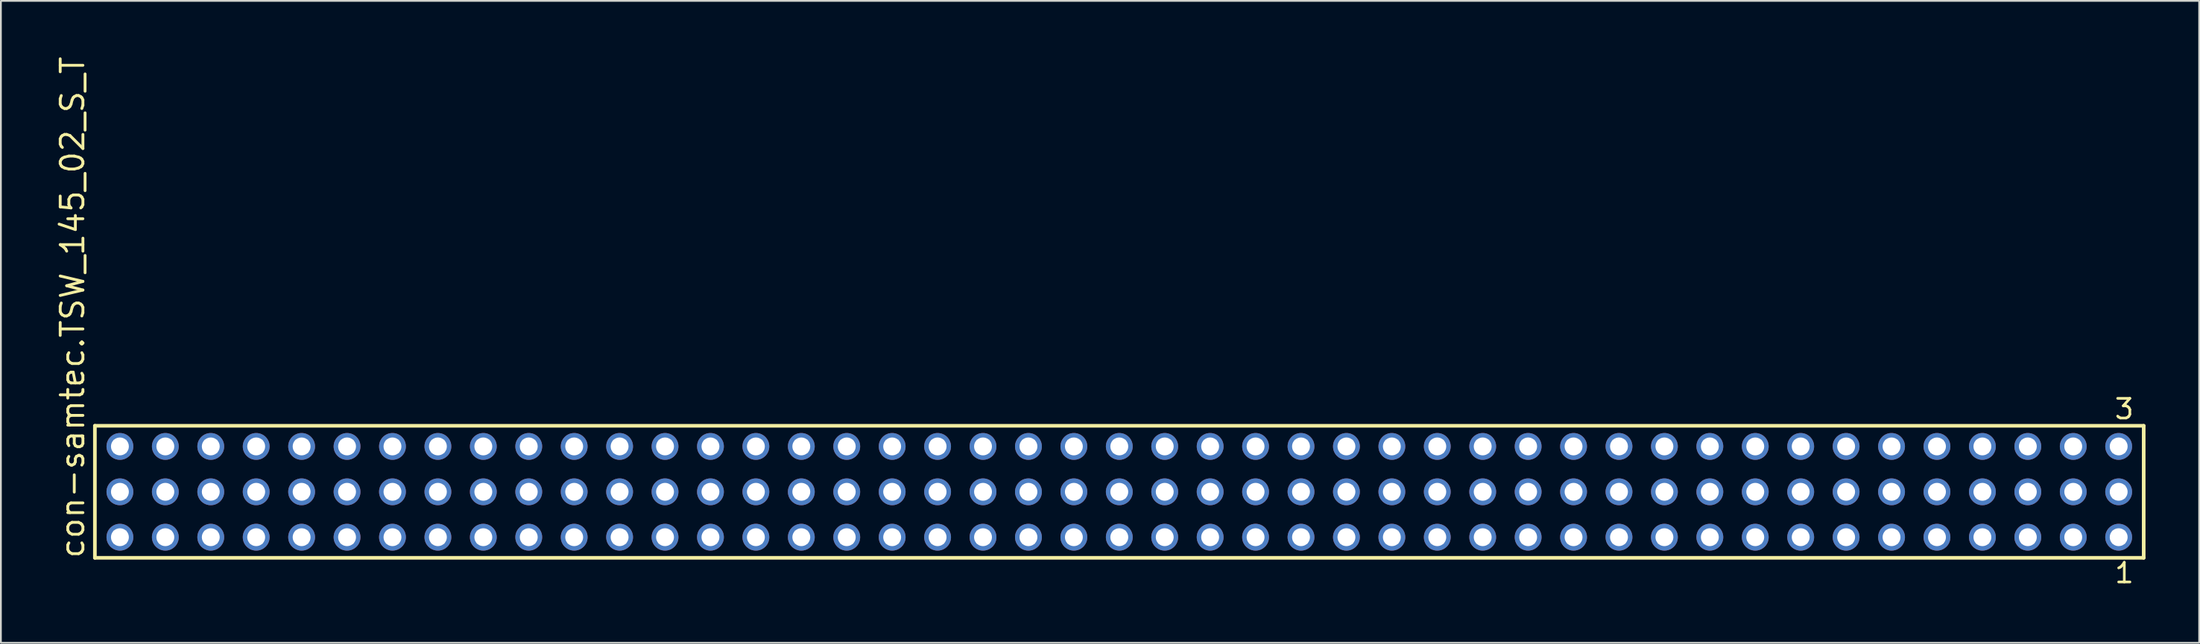
<source format=kicad_pcb>
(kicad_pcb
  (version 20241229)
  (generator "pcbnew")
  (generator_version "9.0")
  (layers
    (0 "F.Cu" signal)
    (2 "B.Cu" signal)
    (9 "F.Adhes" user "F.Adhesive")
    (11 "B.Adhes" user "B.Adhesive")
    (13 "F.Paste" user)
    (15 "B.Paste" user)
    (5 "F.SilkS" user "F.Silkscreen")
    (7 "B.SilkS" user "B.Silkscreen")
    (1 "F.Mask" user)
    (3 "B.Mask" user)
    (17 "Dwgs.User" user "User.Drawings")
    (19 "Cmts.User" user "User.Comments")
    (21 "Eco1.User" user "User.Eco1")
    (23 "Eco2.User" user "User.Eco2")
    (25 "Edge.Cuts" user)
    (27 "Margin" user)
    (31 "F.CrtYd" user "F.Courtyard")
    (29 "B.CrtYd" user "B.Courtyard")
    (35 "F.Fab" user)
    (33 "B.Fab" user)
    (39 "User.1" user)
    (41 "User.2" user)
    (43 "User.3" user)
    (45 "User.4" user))
  (footprint "con-samtec.TSW_145_02_S_T"
    (layer "F.Cu")
    (at 59.535 24.477)
    (property "Reference" "con-samtec.TSW_145_02_S_T" (at -57.785 3.81 90) (layer "F.SilkS") (effects (font (size 1.27 1.27) (thickness 0.16)) (justify left bottom)))
    (attr through_hole)
    (fp_line (start -57.279 -3.695) (end 57.279 -3.695) (stroke (width 0.203) (type default)) (layer "F.SilkS"))
    (fp_line (start -57.279 3.695) (end -57.279 -3.695) (stroke (width 0.203) (type default)) (layer "F.SilkS"))
    (fp_line (start 57.279 -3.695) (end 57.279 3.695) (stroke (width 0.203) (type default)) (layer "F.SilkS"))
    (fp_line (start 57.279 3.695) (end -57.279 3.695) (stroke (width 0.203) (type default)) (layer "F.SilkS"))
    (fp_rect (start -56.23 -2.19) (end -55.53 -2.89) (stroke (width 0.05) (type default)) (fill no) (layer "F.Fab"))
    (fp_rect (start -56.23 0.35) (end -55.53 -0.35) (stroke (width 0.05) (type default)) (fill no) (layer "F.Fab"))
    (fp_rect (start -56.23 2.89) (end -55.53 2.19) (stroke (width 0.05) (type default)) (fill no) (layer "F.Fab"))
    (fp_rect (start -53.69 -2.19) (end -52.99 -2.89) (stroke (width 0.05) (type default)) (fill no) (layer "F.Fab"))
    (fp_rect (start -53.69 0.35) (end -52.99 -0.35) (stroke (width 0.05) (type default)) (fill no) (layer "F.Fab"))
    (fp_rect (start -53.69 2.89) (end -52.99 2.19) (stroke (width 0.05) (type default)) (fill no) (layer "F.Fab"))
    (fp_rect (start -51.15 -2.19) (end -50.45 -2.89) (stroke (width 0.05) (type default)) (fill no) (layer "F.Fab"))
    (fp_rect (start -51.15 0.35) (end -50.45 -0.35) (stroke (width 0.05) (type default)) (fill no) (layer "F.Fab"))
    (fp_rect (start -51.15 2.89) (end -50.45 2.19) (stroke (width 0.05) (type default)) (fill no) (layer "F.Fab"))
    (fp_rect (start -48.61 -2.19) (end -47.91 -2.89) (stroke (width 0.05) (type default)) (fill no) (layer "F.Fab"))
    (fp_rect (start -48.61 0.35) (end -47.91 -0.35) (stroke (width 0.05) (type default)) (fill no) (layer "F.Fab"))
    (fp_rect (start -48.61 2.89) (end -47.91 2.19) (stroke (width 0.05) (type default)) (fill no) (layer "F.Fab"))
    (fp_rect (start -46.07 -2.19) (end -45.37 -2.89) (stroke (width 0.05) (type default)) (fill no) (layer "F.Fab"))
    (fp_rect (start -46.07 0.35) (end -45.37 -0.35) (stroke (width 0.05) (type default)) (fill no) (layer "F.Fab"))
    (fp_rect (start -46.07 2.89) (end -45.37 2.19) (stroke (width 0.05) (type default)) (fill no) (layer "F.Fab"))
    (fp_rect (start -43.53 -2.19) (end -42.83 -2.89) (stroke (width 0.05) (type default)) (fill no) (layer "F.Fab"))
    (fp_rect (start -43.53 0.35) (end -42.83 -0.35) (stroke (width 0.05) (type default)) (fill no) (layer "F.Fab"))
    (fp_rect (start -43.53 2.89) (end -42.83 2.19) (stroke (width 0.05) (type default)) (fill no) (layer "F.Fab"))
    (fp_rect (start -40.99 -2.19) (end -40.29 -2.89) (stroke (width 0.05) (type default)) (fill no) (layer "F.Fab"))
    (fp_rect (start -40.99 0.35) (end -40.29 -0.35) (stroke (width 0.05) (type default)) (fill no) (layer "F.Fab"))
    (fp_rect (start -40.99 2.89) (end -40.29 2.19) (stroke (width 0.05) (type default)) (fill no) (layer "F.Fab"))
    (fp_rect (start -38.45 -2.19) (end -37.75 -2.89) (stroke (width 0.05) (type default)) (fill no) (layer "F.Fab"))
    (fp_rect (start -38.45 0.35) (end -37.75 -0.35) (stroke (width 0.05) (type default)) (fill no) (layer "F.Fab"))
    (fp_rect (start -38.45 2.89) (end -37.75 2.19) (stroke (width 0.05) (type default)) (fill no) (layer "F.Fab"))
    (fp_rect (start -35.91 -2.19) (end -35.21 -2.89) (stroke (width 0.05) (type default)) (fill no) (layer "F.Fab"))
    (fp_rect (start -35.91 0.35) (end -35.21 -0.35) (stroke (width 0.05) (type default)) (fill no) (layer "F.Fab"))
    (fp_rect (start -35.91 2.89) (end -35.21 2.19) (stroke (width 0.05) (type default)) (fill no) (layer "F.Fab"))
    (fp_rect (start -33.37 -2.19) (end -32.67 -2.89) (stroke (width 0.05) (type default)) (fill no) (layer "F.Fab"))
    (fp_rect (start -33.37 0.35) (end -32.67 -0.35) (stroke (width 0.05) (type default)) (fill no) (layer "F.Fab"))
    (fp_rect (start -33.37 2.89) (end -32.67 2.19) (stroke (width 0.05) (type default)) (fill no) (layer "F.Fab"))
    (fp_rect (start -30.83 -2.19) (end -30.13 -2.89) (stroke (width 0.05) (type default)) (fill no) (layer "F.Fab"))
    (fp_rect (start -30.83 0.35) (end -30.13 -0.35) (stroke (width 0.05) (type default)) (fill no) (layer "F.Fab"))
    (fp_rect (start -30.83 2.89) (end -30.13 2.19) (stroke (width 0.05) (type default)) (fill no) (layer "F.Fab"))
    (fp_rect (start -28.29 -2.19) (end -27.59 -2.89) (stroke (width 0.05) (type default)) (fill no) (layer "F.Fab"))
    (fp_rect (start -28.29 0.35) (end -27.59 -0.35) (stroke (width 0.05) (type default)) (fill no) (layer "F.Fab"))
    (fp_rect (start -28.29 2.89) (end -27.59 2.19) (stroke (width 0.05) (type default)) (fill no) (layer "F.Fab"))
    (fp_rect (start -25.75 -2.19) (end -25.05 -2.89) (stroke (width 0.05) (type default)) (fill no) (layer "F.Fab"))
    (fp_rect (start -25.75 0.35) (end -25.05 -0.35) (stroke (width 0.05) (type default)) (fill no) (layer "F.Fab"))
    (fp_rect (start -25.75 2.89) (end -25.05 2.19) (stroke (width 0.05) (type default)) (fill no) (layer "F.Fab"))
    (fp_rect (start -23.21 -2.19) (end -22.51 -2.89) (stroke (width 0.05) (type default)) (fill no) (layer "F.Fab"))
    (fp_rect (start -23.21 0.35) (end -22.51 -0.35) (stroke (width 0.05) (type default)) (fill no) (layer "F.Fab"))
    (fp_rect (start -23.21 2.89) (end -22.51 2.19) (stroke (width 0.05) (type default)) (fill no) (layer "F.Fab"))
    (fp_rect (start -20.67 -2.19) (end -19.97 -2.89) (stroke (width 0.05) (type default)) (fill no) (layer "F.Fab"))
    (fp_rect (start -20.67 0.35) (end -19.97 -0.35) (stroke (width 0.05) (type default)) (fill no) (layer "F.Fab"))
    (fp_rect (start -20.67 2.89) (end -19.97 2.19) (stroke (width 0.05) (type default)) (fill no) (layer "F.Fab"))
    (fp_rect (start -18.13 -2.19) (end -17.43 -2.89) (stroke (width 0.05) (type default)) (fill no) (layer "F.Fab"))
    (fp_rect (start -18.13 0.35) (end -17.43 -0.35) (stroke (width 0.05) (type default)) (fill no) (layer "F.Fab"))
    (fp_rect (start -18.13 2.89) (end -17.43 2.19) (stroke (width 0.05) (type default)) (fill no) (layer "F.Fab"))
    (fp_rect (start -15.59 -2.19) (end -14.89 -2.89) (stroke (width 0.05) (type default)) (fill no) (layer "F.Fab"))
    (fp_rect (start -15.59 0.35) (end -14.89 -0.35) (stroke (width 0.05) (type default)) (fill no) (layer "F.Fab"))
    (fp_rect (start -15.59 2.89) (end -14.89 2.19) (stroke (width 0.05) (type default)) (fill no) (layer "F.Fab"))
    (fp_rect (start -13.05 -2.19) (end -12.35 -2.89) (stroke (width 0.05) (type default)) (fill no) (layer "F.Fab"))
    (fp_rect (start -13.05 0.35) (end -12.35 -0.35) (stroke (width 0.05) (type default)) (fill no) (layer "F.Fab"))
    (fp_rect (start -13.05 2.89) (end -12.35 2.19) (stroke (width 0.05) (type default)) (fill no) (layer "F.Fab"))
    (fp_rect (start -10.51 -2.19) (end -9.81 -2.89) (stroke (width 0.05) (type default)) (fill no) (layer "F.Fab"))
    (fp_rect (start -10.51 0.35) (end -9.81 -0.35) (stroke (width 0.05) (type default)) (fill no) (layer "F.Fab"))
    (fp_rect (start -10.51 2.89) (end -9.81 2.19) (stroke (width 0.05) (type default)) (fill no) (layer "F.Fab"))
    (fp_rect (start -7.97 -2.19) (end -7.27 -2.89) (stroke (width 0.05) (type default)) (fill no) (layer "F.Fab"))
    (fp_rect (start -7.97 0.35) (end -7.27 -0.35) (stroke (width 0.05) (type default)) (fill no) (layer "F.Fab"))
    (fp_rect (start -7.97 2.89) (end -7.27 2.19) (stroke (width 0.05) (type default)) (fill no) (layer "F.Fab"))
    (fp_rect (start -5.43 -2.19) (end -4.73 -2.89) (stroke (width 0.05) (type default)) (fill no) (layer "F.Fab"))
    (fp_rect (start -5.43 0.35) (end -4.73 -0.35) (stroke (width 0.05) (type default)) (fill no) (layer "F.Fab"))
    (fp_rect (start -5.43 2.89) (end -4.73 2.19) (stroke (width 0.05) (type default)) (fill no) (layer "F.Fab"))
    (fp_rect (start -2.89 -2.19) (end -2.19 -2.89) (stroke (width 0.05) (type default)) (fill no) (layer "F.Fab"))
    (fp_rect (start -2.89 0.35) (end -2.19 -0.35) (stroke (width 0.05) (type default)) (fill no) (layer "F.Fab"))
    (fp_rect (start -2.89 2.89) (end -2.19 2.19) (stroke (width 0.05) (type default)) (fill no) (layer "F.Fab"))
    (fp_rect (start -0.35 -2.19) (end 0.35 -2.89) (stroke (width 0.05) (type default)) (fill no) (layer "F.Fab"))
    (fp_rect (start -0.35 0.35) (end 0.35 -0.35) (stroke (width 0.05) (type default)) (fill no) (layer "F.Fab"))
    (fp_rect (start -0.35 2.89) (end 0.35 2.19) (stroke (width 0.05) (type default)) (fill no) (layer "F.Fab"))
    (fp_rect (start 2.19 -2.19) (end 2.89 -2.89) (stroke (width 0.05) (type default)) (fill no) (layer "F.Fab"))
    (fp_rect (start 2.19 0.35) (end 2.89 -0.35) (stroke (width 0.05) (type default)) (fill no) (layer "F.Fab"))
    (fp_rect (start 2.19 2.89) (end 2.89 2.19) (stroke (width 0.05) (type default)) (fill no) (layer "F.Fab"))
    (fp_rect (start 4.73 -2.19) (end 5.43 -2.89) (stroke (width 0.05) (type default)) (fill no) (layer "F.Fab"))
    (fp_rect (start 4.73 0.35) (end 5.43 -0.35) (stroke (width 0.05) (type default)) (fill no) (layer "F.Fab"))
    (fp_rect (start 4.73 2.89) (end 5.43 2.19) (stroke (width 0.05) (type default)) (fill no) (layer "F.Fab"))
    (fp_rect (start 7.27 -2.19) (end 7.97 -2.89) (stroke (width 0.05) (type default)) (fill no) (layer "F.Fab"))
    (fp_rect (start 7.27 0.35) (end 7.97 -0.35) (stroke (width 0.05) (type default)) (fill no) (layer "F.Fab"))
    (fp_rect (start 7.27 2.89) (end 7.97 2.19) (stroke (width 0.05) (type default)) (fill no) (layer "F.Fab"))
    (fp_rect (start 9.81 -2.19) (end 10.51 -2.89) (stroke (width 0.05) (type default)) (fill no) (layer "F.Fab"))
    (fp_rect (start 9.81 0.35) (end 10.51 -0.35) (stroke (width 0.05) (type default)) (fill no) (layer "F.Fab"))
    (fp_rect (start 9.81 2.89) (end 10.51 2.19) (stroke (width 0.05) (type default)) (fill no) (layer "F.Fab"))
    (fp_rect (start 12.35 -2.19) (end 13.05 -2.89) (stroke (width 0.05) (type default)) (fill no) (layer "F.Fab"))
    (fp_rect (start 12.35 0.35) (end 13.05 -0.35) (stroke (width 0.05) (type default)) (fill no) (layer "F.Fab"))
    (fp_rect (start 12.35 2.89) (end 13.05 2.19) (stroke (width 0.05) (type default)) (fill no) (layer "F.Fab"))
    (fp_rect (start 14.89 -2.19) (end 15.59 -2.89) (stroke (width 0.05) (type default)) (fill no) (layer "F.Fab"))
    (fp_rect (start 14.89 0.35) (end 15.59 -0.35) (stroke (width 0.05) (type default)) (fill no) (layer "F.Fab"))
    (fp_rect (start 14.89 2.89) (end 15.59 2.19) (stroke (width 0.05) (type default)) (fill no) (layer "F.Fab"))
    (fp_rect (start 17.43 -2.19) (end 18.13 -2.89) (stroke (width 0.05) (type default)) (fill no) (layer "F.Fab"))
    (fp_rect (start 17.43 0.35) (end 18.13 -0.35) (stroke (width 0.05) (type default)) (fill no) (layer "F.Fab"))
    (fp_rect (start 17.43 2.89) (end 18.13 2.19) (stroke (width 0.05) (type default)) (fill no) (layer "F.Fab"))
    (fp_rect (start 19.97 -2.19) (end 20.67 -2.89) (stroke (width 0.05) (type default)) (fill no) (layer "F.Fab"))
    (fp_rect (start 19.97 0.35) (end 20.67 -0.35) (stroke (width 0.05) (type default)) (fill no) (layer "F.Fab"))
    (fp_rect (start 19.97 2.89) (end 20.67 2.19) (stroke (width 0.05) (type default)) (fill no) (layer "F.Fab"))
    (fp_rect (start 22.51 -2.19) (end 23.21 -2.89) (stroke (width 0.05) (type default)) (fill no) (layer "F.Fab"))
    (fp_rect (start 22.51 0.35) (end 23.21 -0.35) (stroke (width 0.05) (type default)) (fill no) (layer "F.Fab"))
    (fp_rect (start 22.51 2.89) (end 23.21 2.19) (stroke (width 0.05) (type default)) (fill no) (layer "F.Fab"))
    (fp_rect (start 25.05 -2.19) (end 25.75 -2.89) (stroke (width 0.05) (type default)) (fill no) (layer "F.Fab"))
    (fp_rect (start 25.05 0.35) (end 25.75 -0.35) (stroke (width 0.05) (type default)) (fill no) (layer "F.Fab"))
    (fp_rect (start 25.05 2.89) (end 25.75 2.19) (stroke (width 0.05) (type default)) (fill no) (layer "F.Fab"))
    (fp_rect (start 27.59 -2.19) (end 28.29 -2.89) (stroke (width 0.05) (type default)) (fill no) (layer "F.Fab"))
    (fp_rect (start 27.59 0.35) (end 28.29 -0.35) (stroke (width 0.05) (type default)) (fill no) (layer "F.Fab"))
    (fp_rect (start 27.59 2.89) (end 28.29 2.19) (stroke (width 0.05) (type default)) (fill no) (layer "F.Fab"))
    (fp_rect (start 30.13 -2.19) (end 30.83 -2.89) (stroke (width 0.05) (type default)) (fill no) (layer "F.Fab"))
    (fp_rect (start 30.13 0.35) (end 30.83 -0.35) (stroke (width 0.05) (type default)) (fill no) (layer "F.Fab"))
    (fp_rect (start 30.13 2.89) (end 30.83 2.19) (stroke (width 0.05) (type default)) (fill no) (layer "F.Fab"))
    (fp_rect (start 32.67 -2.19) (end 33.37 -2.89) (stroke (width 0.05) (type default)) (fill no) (layer "F.Fab"))
    (fp_rect (start 32.67 0.35) (end 33.37 -0.35) (stroke (width 0.05) (type default)) (fill no) (layer "F.Fab"))
    (fp_rect (start 32.67 2.89) (end 33.37 2.19) (stroke (width 0.05) (type default)) (fill no) (layer "F.Fab"))
    (fp_rect (start 35.21 -2.19) (end 35.91 -2.89) (stroke (width 0.05) (type default)) (fill no) (layer "F.Fab"))
    (fp_rect (start 35.21 0.35) (end 35.91 -0.35) (stroke (width 0.05) (type default)) (fill no) (layer "F.Fab"))
    (fp_rect (start 35.21 2.89) (end 35.91 2.19) (stroke (width 0.05) (type default)) (fill no) (layer "F.Fab"))
    (fp_rect (start 37.75 -2.19) (end 38.45 -2.89) (stroke (width 0.05) (type default)) (fill no) (layer "F.Fab"))
    (fp_rect (start 37.75 0.35) (end 38.45 -0.35) (stroke (width 0.05) (type default)) (fill no) (layer "F.Fab"))
    (fp_rect (start 37.75 2.89) (end 38.45 2.19) (stroke (width 0.05) (type default)) (fill no) (layer "F.Fab"))
    (fp_rect (start 40.29 -2.19) (end 40.99 -2.89) (stroke (width 0.05) (type default)) (fill no) (layer "F.Fab"))
    (fp_rect (start 40.29 0.35) (end 40.99 -0.35) (stroke (width 0.05) (type default)) (fill no) (layer "F.Fab"))
    (fp_rect (start 40.29 2.89) (end 40.99 2.19) (stroke (width 0.05) (type default)) (fill no) (layer "F.Fab"))
    (fp_rect (start 42.83 -2.19) (end 43.53 -2.89) (stroke (width 0.05) (type default)) (fill no) (layer "F.Fab"))
    (fp_rect (start 42.83 0.35) (end 43.53 -0.35) (stroke (width 0.05) (type default)) (fill no) (layer "F.Fab"))
    (fp_rect (start 42.83 2.89) (end 43.53 2.19) (stroke (width 0.05) (type default)) (fill no) (layer "F.Fab"))
    (fp_rect (start 45.37 -2.19) (end 46.07 -2.89) (stroke (width 0.05) (type default)) (fill no) (layer "F.Fab"))
    (fp_rect (start 45.37 0.35) (end 46.07 -0.35) (stroke (width 0.05) (type default)) (fill no) (layer "F.Fab"))
    (fp_rect (start 45.37 2.89) (end 46.07 2.19) (stroke (width 0.05) (type default)) (fill no) (layer "F.Fab"))
    (fp_rect (start 47.91 -2.19) (end 48.61 -2.89) (stroke (width 0.05) (type default)) (fill no) (layer "F.Fab"))
    (fp_rect (start 47.91 0.35) (end 48.61 -0.35) (stroke (width 0.05) (type default)) (fill no) (layer "F.Fab"))
    (fp_rect (start 47.91 2.89) (end 48.61 2.19) (stroke (width 0.05) (type default)) (fill no) (layer "F.Fab"))
    (fp_rect (start 50.45 -2.19) (end 51.15 -2.89) (stroke (width 0.05) (type default)) (fill no) (layer "F.Fab"))
    (fp_rect (start 50.45 0.35) (end 51.15 -0.35) (stroke (width 0.05) (type default)) (fill no) (layer "F.Fab"))
    (fp_rect (start 50.45 2.89) (end 51.15 2.19) (stroke (width 0.05) (type default)) (fill no) (layer "F.Fab"))
    (fp_rect (start 52.99 -2.19) (end 53.69 -2.89) (stroke (width 0.05) (type default)) (fill no) (layer "F.Fab"))
    (fp_rect (start 52.99 0.35) (end 53.69 -0.35) (stroke (width 0.05) (type default)) (fill no) (layer "F.Fab"))
    (fp_rect (start 52.99 2.89) (end 53.69 2.19) (stroke (width 0.05) (type default)) (fill no) (layer "F.Fab"))
    (fp_rect (start 55.53 -2.19) (end 56.23 -2.89) (stroke (width 0.05) (type default)) (fill no) (layer "F.Fab"))
    (fp_rect (start 55.53 0.35) (end 56.23 -0.35) (stroke (width 0.05) (type default)) (fill no) (layer "F.Fab"))
    (fp_rect (start 55.53 2.89) (end 56.23 2.19) (stroke (width 0.05) (type default)) (fill no) (layer "F.Fab"))
    (fp_text user "3" (at 55.568 -3.989 0) (layer "F.SilkS") (effects (font (size 1.1 1.1) (thickness 0.15)) (justify left bottom)))
    (fp_text user "1" (at 55.572 5.188 0) (layer "F.SilkS") (effects (font (size 1.1 1.1) (thickness 0.15)) (justify left bottom)))
    (pad "1" thru_hole circle (at 55.88 2.54 180) (size 1.5 1.5) (drill 1) (layers "*.Cu" "*.Mask"))
    (pad "2" thru_hole circle (at 55.88 0 180) (size 1.5 1.5) (drill 1) (layers "*.Cu" "*.Mask"))
    (pad "3" thru_hole circle (at 55.88 -2.54 180) (size 1.5 1.5) (drill 1) (layers "*.Cu" "*.Mask"))
    (pad "4" thru_hole circle (at 53.34 2.54 180) (size 1.5 1.5) (drill 1) (layers "*.Cu" "*.Mask"))
    (pad "5" thru_hole circle (at 53.34 0 180) (size 1.5 1.5) (drill 1) (layers "*.Cu" "*.Mask"))
    (pad "6" thru_hole circle (at 53.34 -2.54 180) (size 1.5 1.5) (drill 1) (layers "*.Cu" "*.Mask"))
    (pad "7" thru_hole circle (at 50.8 2.54 180) (size 1.5 1.5) (drill 1) (layers "*.Cu" "*.Mask"))
    (pad "8" thru_hole circle (at 50.8 0 180) (size 1.5 1.5) (drill 1) (layers "*.Cu" "*.Mask"))
    (pad "9" thru_hole circle (at 50.8 -2.54 180) (size 1.5 1.5) (drill 1) (layers "*.Cu" "*.Mask"))
    (pad "10" thru_hole circle (at 48.26 2.54 180) (size 1.5 1.5) (drill 1) (layers "*.Cu" "*.Mask"))
    (pad "11" thru_hole circle (at 48.26 0 180) (size 1.5 1.5) (drill 1) (layers "*.Cu" "*.Mask"))
    (pad "12" thru_hole circle (at 48.26 -2.54 180) (size 1.5 1.5) (drill 1) (layers "*.Cu" "*.Mask"))
    (pad "13" thru_hole circle (at 45.72 2.54 180) (size 1.5 1.5) (drill 1) (layers "*.Cu" "*.Mask"))
    (pad "14" thru_hole circle (at 45.72 0 180) (size 1.5 1.5) (drill 1) (layers "*.Cu" "*.Mask"))
    (pad "15" thru_hole circle (at 45.72 -2.54 180) (size 1.5 1.5) (drill 1) (layers "*.Cu" "*.Mask"))
    (pad "16" thru_hole circle (at 43.18 2.54 180) (size 1.5 1.5) (drill 1) (layers "*.Cu" "*.Mask"))
    (pad "17" thru_hole circle (at 43.18 0 180) (size 1.5 1.5) (drill 1) (layers "*.Cu" "*.Mask"))
    (pad "18" thru_hole circle (at 43.18 -2.54 180) (size 1.5 1.5) (drill 1) (layers "*.Cu" "*.Mask"))
    (pad "19" thru_hole circle (at 40.64 2.54 180) (size 1.5 1.5) (drill 1) (layers "*.Cu" "*.Mask"))
    (pad "20" thru_hole circle (at 40.64 0 180) (size 1.5 1.5) (drill 1) (layers "*.Cu" "*.Mask"))
    (pad "21" thru_hole circle (at 40.64 -2.54 180) (size 1.5 1.5) (drill 1) (layers "*.Cu" "*.Mask"))
    (pad "22" thru_hole circle (at 38.1 2.54 180) (size 1.5 1.5) (drill 1) (layers "*.Cu" "*.Mask"))
    (pad "23" thru_hole circle (at 38.1 0 180) (size 1.5 1.5) (drill 1) (layers "*.Cu" "*.Mask"))
    (pad "24" thru_hole circle (at 38.1 -2.54 180) (size 1.5 1.5) (drill 1) (layers "*.Cu" "*.Mask"))
    (pad "25" thru_hole circle (at 35.56 2.54 180) (size 1.5 1.5) (drill 1) (layers "*.Cu" "*.Mask"))
    (pad "26" thru_hole circle (at 35.56 0 180) (size 1.5 1.5) (drill 1) (layers "*.Cu" "*.Mask"))
    (pad "27" thru_hole circle (at 35.56 -2.54 180) (size 1.5 1.5) (drill 1) (layers "*.Cu" "*.Mask"))
    (pad "28" thru_hole circle (at 33.02 2.54 180) (size 1.5 1.5) (drill 1) (layers "*.Cu" "*.Mask"))
    (pad "29" thru_hole circle (at 33.02 0 180) (size 1.5 1.5) (drill 1) (layers "*.Cu" "*.Mask"))
    (pad "30" thru_hole circle (at 33.02 -2.54 180) (size 1.5 1.5) (drill 1) (layers "*.Cu" "*.Mask"))
    (pad "31" thru_hole circle (at 30.48 2.54 180) (size 1.5 1.5) (drill 1) (layers "*.Cu" "*.Mask"))
    (pad "32" thru_hole circle (at 30.48 0 180) (size 1.5 1.5) (drill 1) (layers "*.Cu" "*.Mask"))
    (pad "33" thru_hole circle (at 30.48 -2.54 180) (size 1.5 1.5) (drill 1) (layers "*.Cu" "*.Mask"))
    (pad "34" thru_hole circle (at 27.94 2.54 180) (size 1.5 1.5) (drill 1) (layers "*.Cu" "*.Mask"))
    (pad "35" thru_hole circle (at 27.94 0 180) (size 1.5 1.5) (drill 1) (layers "*.Cu" "*.Mask"))
    (pad "36" thru_hole circle (at 27.94 -2.54 180) (size 1.5 1.5) (drill 1) (layers "*.Cu" "*.Mask"))
    (pad "37" thru_hole circle (at 25.4 2.54 180) (size 1.5 1.5) (drill 1) (layers "*.Cu" "*.Mask"))
    (pad "38" thru_hole circle (at 25.4 0 180) (size 1.5 1.5) (drill 1) (layers "*.Cu" "*.Mask"))
    (pad "39" thru_hole circle (at 25.4 -2.54 180) (size 1.5 1.5) (drill 1) (layers "*.Cu" "*.Mask"))
    (pad "40" thru_hole circle (at 22.86 2.54 180) (size 1.5 1.5) (drill 1) (layers "*.Cu" "*.Mask"))
    (pad "41" thru_hole circle (at 22.86 0 180) (size 1.5 1.5) (drill 1) (layers "*.Cu" "*.Mask"))
    (pad "42" thru_hole circle (at 22.86 -2.54 180) (size 1.5 1.5) (drill 1) (layers "*.Cu" "*.Mask"))
    (pad "43" thru_hole circle (at 20.32 2.54 180) (size 1.5 1.5) (drill 1) (layers "*.Cu" "*.Mask"))
    (pad "44" thru_hole circle (at 20.32 0 180) (size 1.5 1.5) (drill 1) (layers "*.Cu" "*.Mask"))
    (pad "45" thru_hole circle (at 20.32 -2.54 180) (size 1.5 1.5) (drill 1) (layers "*.Cu" "*.Mask"))
    (pad "46" thru_hole circle (at 17.78 2.54 180) (size 1.5 1.5) (drill 1) (layers "*.Cu" "*.Mask"))
    (pad "47" thru_hole circle (at 17.78 0 180) (size 1.5 1.5) (drill 1) (layers "*.Cu" "*.Mask"))
    (pad "48" thru_hole circle (at 17.78 -2.54 180) (size 1.5 1.5) (drill 1) (layers "*.Cu" "*.Mask"))
    (pad "49" thru_hole circle (at 15.24 2.54 180) (size 1.5 1.5) (drill 1) (layers "*.Cu" "*.Mask"))
    (pad "50" thru_hole circle (at 15.24 0 180) (size 1.5 1.5) (drill 1) (layers "*.Cu" "*.Mask"))
    (pad "51" thru_hole circle (at 15.24 -2.54 180) (size 1.5 1.5) (drill 1) (layers "*.Cu" "*.Mask"))
    (pad "52" thru_hole circle (at 12.7 2.54 180) (size 1.5 1.5) (drill 1) (layers "*.Cu" "*.Mask"))
    (pad "53" thru_hole circle (at 12.7 0 180) (size 1.5 1.5) (drill 1) (layers "*.Cu" "*.Mask"))
    (pad "54" thru_hole circle (at 12.7 -2.54 180) (size 1.5 1.5) (drill 1) (layers "*.Cu" "*.Mask"))
    (pad "55" thru_hole circle (at 10.16 2.54 180) (size 1.5 1.5) (drill 1) (layers "*.Cu" "*.Mask"))
    (pad "56" thru_hole circle (at 10.16 0 180) (size 1.5 1.5) (drill 1) (layers "*.Cu" "*.Mask"))
    (pad "57" thru_hole circle (at 10.16 -2.54 180) (size 1.5 1.5) (drill 1) (layers "*.Cu" "*.Mask"))
    (pad "58" thru_hole circle (at 7.62 2.54 180) (size 1.5 1.5) (drill 1) (layers "*.Cu" "*.Mask"))
    (pad "59" thru_hole circle (at 7.62 0 180) (size 1.5 1.5) (drill 1) (layers "*.Cu" "*.Mask"))
    (pad "60" thru_hole circle (at 7.62 -2.54 180) (size 1.5 1.5) (drill 1) (layers "*.Cu" "*.Mask"))
    (pad "61" thru_hole circle (at 5.08 2.54 180) (size 1.5 1.5) (drill 1) (layers "*.Cu" "*.Mask"))
    (pad "62" thru_hole circle (at 5.08 0 180) (size 1.5 1.5) (drill 1) (layers "*.Cu" "*.Mask"))
    (pad "63" thru_hole circle (at 5.08 -2.54 180) (size 1.5 1.5) (drill 1) (layers "*.Cu" "*.Mask"))
    (pad "64" thru_hole circle (at 2.54 2.54 180) (size 1.5 1.5) (drill 1) (layers "*.Cu" "*.Mask"))
    (pad "65" thru_hole circle (at 2.54 0 180) (size 1.5 1.5) (drill 1) (layers "*.Cu" "*.Mask"))
    (pad "66" thru_hole circle (at 2.54 -2.54 180) (size 1.5 1.5) (drill 1) (layers "*.Cu" "*.Mask"))
    (pad "67" thru_hole circle (at 0 2.54 180) (size 1.5 1.5) (drill 1) (layers "*.Cu" "*.Mask"))
    (pad "68" thru_hole circle (at 0 0 180) (size 1.5 1.5) (drill 1) (layers "*.Cu" "*.Mask"))
    (pad "69" thru_hole circle (at 0 -2.54 180) (size 1.5 1.5) (drill 1) (layers "*.Cu" "*.Mask"))
    (pad "70" thru_hole circle (at -2.54 2.54 180) (size 1.5 1.5) (drill 1) (layers "*.Cu" "*.Mask"))
    (pad "71" thru_hole circle (at -2.54 0 180) (size 1.5 1.5) (drill 1) (layers "*.Cu" "*.Mask"))
    (pad "72" thru_hole circle (at -2.54 -2.54 180) (size 1.5 1.5) (drill 1) (layers "*.Cu" "*.Mask"))
    (pad "73" thru_hole circle (at -5.08 2.54 180) (size 1.5 1.5) (drill 1) (layers "*.Cu" "*.Mask"))
    (pad "74" thru_hole circle (at -5.08 0 180) (size 1.5 1.5) (drill 1) (layers "*.Cu" "*.Mask"))
    (pad "75" thru_hole circle (at -5.08 -2.54 180) (size 1.5 1.5) (drill 1) (layers "*.Cu" "*.Mask"))
    (pad "76" thru_hole circle (at -7.62 2.54 180) (size 1.5 1.5) (drill 1) (layers "*.Cu" "*.Mask"))
    (pad "77" thru_hole circle (at -7.62 0 180) (size 1.5 1.5) (drill 1) (layers "*.Cu" "*.Mask"))
    (pad "78" thru_hole circle (at -7.62 -2.54 180) (size 1.5 1.5) (drill 1) (layers "*.Cu" "*.Mask"))
    (pad "79" thru_hole circle (at -10.16 2.54 180) (size 1.5 1.5) (drill 1) (layers "*.Cu" "*.Mask"))
    (pad "80" thru_hole circle (at -10.16 0 180) (size 1.5 1.5) (drill 1) (layers "*.Cu" "*.Mask"))
    (pad "81" thru_hole circle (at -10.16 -2.54 180) (size 1.5 1.5) (drill 1) (layers "*.Cu" "*.Mask"))
    (pad "82" thru_hole circle (at -12.7 2.54 180) (size 1.5 1.5) (drill 1) (layers "*.Cu" "*.Mask"))
    (pad "83" thru_hole circle (at -12.7 0 180) (size 1.5 1.5) (drill 1) (layers "*.Cu" "*.Mask"))
    (pad "84" thru_hole circle (at -12.7 -2.54 180) (size 1.5 1.5) (drill 1) (layers "*.Cu" "*.Mask"))
    (pad "85" thru_hole circle (at -15.24 2.54 180) (size 1.5 1.5) (drill 1) (layers "*.Cu" "*.Mask"))
    (pad "86" thru_hole circle (at -15.24 0 180) (size 1.5 1.5) (drill 1) (layers "*.Cu" "*.Mask"))
    (pad "87" thru_hole circle (at -15.24 -2.54 180) (size 1.5 1.5) (drill 1) (layers "*.Cu" "*.Mask"))
    (pad "88" thru_hole circle (at -17.78 2.54 180) (size 1.5 1.5) (drill 1) (layers "*.Cu" "*.Mask"))
    (pad "89" thru_hole circle (at -17.78 0 180) (size 1.5 1.5) (drill 1) (layers "*.Cu" "*.Mask"))
    (pad "90" thru_hole circle (at -17.78 -2.54 180) (size 1.5 1.5) (drill 1) (layers "*.Cu" "*.Mask"))
    (pad "91" thru_hole circle (at -20.32 2.54 180) (size 1.5 1.5) (drill 1) (layers "*.Cu" "*.Mask"))
    (pad "92" thru_hole circle (at -20.32 0 180) (size 1.5 1.5) (drill 1) (layers "*.Cu" "*.Mask"))
    (pad "93" thru_hole circle (at -20.32 -2.54 180) (size 1.5 1.5) (drill 1) (layers "*.Cu" "*.Mask"))
    (pad "94" thru_hole circle (at -22.86 2.54 180) (size 1.5 1.5) (drill 1) (layers "*.Cu" "*.Mask"))
    (pad "95" thru_hole circle (at -22.86 0 180) (size 1.5 1.5) (drill 1) (layers "*.Cu" "*.Mask"))
    (pad "96" thru_hole circle (at -22.86 -2.54 180) (size 1.5 1.5) (drill 1) (layers "*.Cu" "*.Mask"))
    (pad "97" thru_hole circle (at -25.4 2.54 180) (size 1.5 1.5) (drill 1) (layers "*.Cu" "*.Mask"))
    (pad "98" thru_hole circle (at -25.4 0 180) (size 1.5 1.5) (drill 1) (layers "*.Cu" "*.Mask"))
    (pad "99" thru_hole circle (at -25.4 -2.54 180) (size 1.5 1.5) (drill 1) (layers "*.Cu" "*.Mask"))
    (pad "100" thru_hole circle (at -27.94 2.54 180) (size 1.5 1.5) (drill 1) (layers "*.Cu" "*.Mask"))
    (pad "101" thru_hole circle (at -27.94 0 180) (size 1.5 1.5) (drill 1) (layers "*.Cu" "*.Mask"))
    (pad "102" thru_hole circle (at -27.94 -2.54 180) (size 1.5 1.5) (drill 1) (layers "*.Cu" "*.Mask"))
    (pad "103" thru_hole circle (at -30.48 2.54 180) (size 1.5 1.5) (drill 1) (layers "*.Cu" "*.Mask"))
    (pad "104" thru_hole circle (at -30.48 0 180) (size 1.5 1.5) (drill 1) (layers "*.Cu" "*.Mask"))
    (pad "105" thru_hole circle (at -30.48 -2.54 180) (size 1.5 1.5) (drill 1) (layers "*.Cu" "*.Mask"))
    (pad "106" thru_hole circle (at -33.02 2.54 180) (size 1.5 1.5) (drill 1) (layers "*.Cu" "*.Mask"))
    (pad "107" thru_hole circle (at -33.02 0 180) (size 1.5 1.5) (drill 1) (layers "*.Cu" "*.Mask"))
    (pad "108" thru_hole circle (at -33.02 -2.54 180) (size 1.5 1.5) (drill 1) (layers "*.Cu" "*.Mask"))
    (pad "109" thru_hole circle (at -35.56 2.54 180) (size 1.5 1.5) (drill 1) (layers "*.Cu" "*.Mask"))
    (pad "110" thru_hole circle (at -35.56 0 180) (size 1.5 1.5) (drill 1) (layers "*.Cu" "*.Mask"))
    (pad "111" thru_hole circle (at -35.56 -2.54 180) (size 1.5 1.5) (drill 1) (layers "*.Cu" "*.Mask"))
    (pad "112" thru_hole circle (at -38.1 2.54 180) (size 1.5 1.5) (drill 1) (layers "*.Cu" "*.Mask"))
    (pad "113" thru_hole circle (at -38.1 0 180) (size 1.5 1.5) (drill 1) (layers "*.Cu" "*.Mask"))
    (pad "114" thru_hole circle (at -38.1 -2.54 180) (size 1.5 1.5) (drill 1) (layers "*.Cu" "*.Mask"))
    (pad "115" thru_hole circle (at -40.64 2.54 180) (size 1.5 1.5) (drill 1) (layers "*.Cu" "*.Mask"))
    (pad "116" thru_hole circle (at -40.64 0 180) (size 1.5 1.5) (drill 1) (layers "*.Cu" "*.Mask"))
    (pad "117" thru_hole circle (at -40.64 -2.54 180) (size 1.5 1.5) (drill 1) (layers "*.Cu" "*.Mask"))
    (pad "118" thru_hole circle (at -43.18 2.54 180) (size 1.5 1.5) (drill 1) (layers "*.Cu" "*.Mask"))
    (pad "119" thru_hole circle (at -43.18 0 180) (size 1.5 1.5) (drill 1) (layers "*.Cu" "*.Mask"))
    (pad "120" thru_hole circle (at -43.18 -2.54 180) (size 1.5 1.5) (drill 1) (layers "*.Cu" "*.Mask"))
    (pad "121" thru_hole circle (at -45.72 2.54 180) (size 1.5 1.5) (drill 1) (layers "*.Cu" "*.Mask"))
    (pad "122" thru_hole circle (at -45.72 0 180) (size 1.5 1.5) (drill 1) (layers "*.Cu" "*.Mask"))
    (pad "123" thru_hole circle (at -45.72 -2.54 180) (size 1.5 1.5) (drill 1) (layers "*.Cu" "*.Mask"))
    (pad "124" thru_hole circle (at -48.26 2.54 180) (size 1.5 1.5) (drill 1) (layers "*.Cu" "*.Mask"))
    (pad "125" thru_hole circle (at -48.26 0 180) (size 1.5 1.5) (drill 1) (layers "*.Cu" "*.Mask"))
    (pad "126" thru_hole circle (at -48.26 -2.54 180) (size 1.5 1.5) (drill 1) (layers "*.Cu" "*.Mask"))
    (pad "127" thru_hole circle (at -50.8 2.54 180) (size 1.5 1.5) (drill 1) (layers "*.Cu" "*.Mask"))
    (pad "128" thru_hole circle (at -50.8 0 180) (size 1.5 1.5) (drill 1) (layers "*.Cu" "*.Mask"))
    (pad "129" thru_hole circle (at -50.8 -2.54 180) (size 1.5 1.5) (drill 1) (layers "*.Cu" "*.Mask"))
    (pad "130" thru_hole circle (at -53.34 2.54 180) (size 1.5 1.5) (drill 1) (layers "*.Cu" "*.Mask"))
    (pad "131" thru_hole circle (at -53.34 0 180) (size 1.5 1.5) (drill 1) (layers "*.Cu" "*.Mask"))
    (pad "132" thru_hole circle (at -53.34 -2.54 180) (size 1.5 1.5) (drill 1) (layers "*.Cu" "*.Mask"))
    (pad "133" thru_hole circle (at -55.88 2.54 180) (size 1.5 1.5) (drill 1) (layers "*.Cu" "*.Mask"))
    (pad "134" thru_hole circle (at -55.88 0 180) (size 1.5 1.5) (drill 1) (layers "*.Cu" "*.Mask"))
    (pad "135" thru_hole circle (at -55.88 -2.54 180) (size 1.5 1.5) (drill 1) (layers "*.Cu" "*.Mask")))
  (gr_rect
    (start -3 -3)
    (end 119.916 32.928)
    (stroke (width 0.1) (type default))
    (fill no)
    (layer "Edge.Cuts")))
</source>
